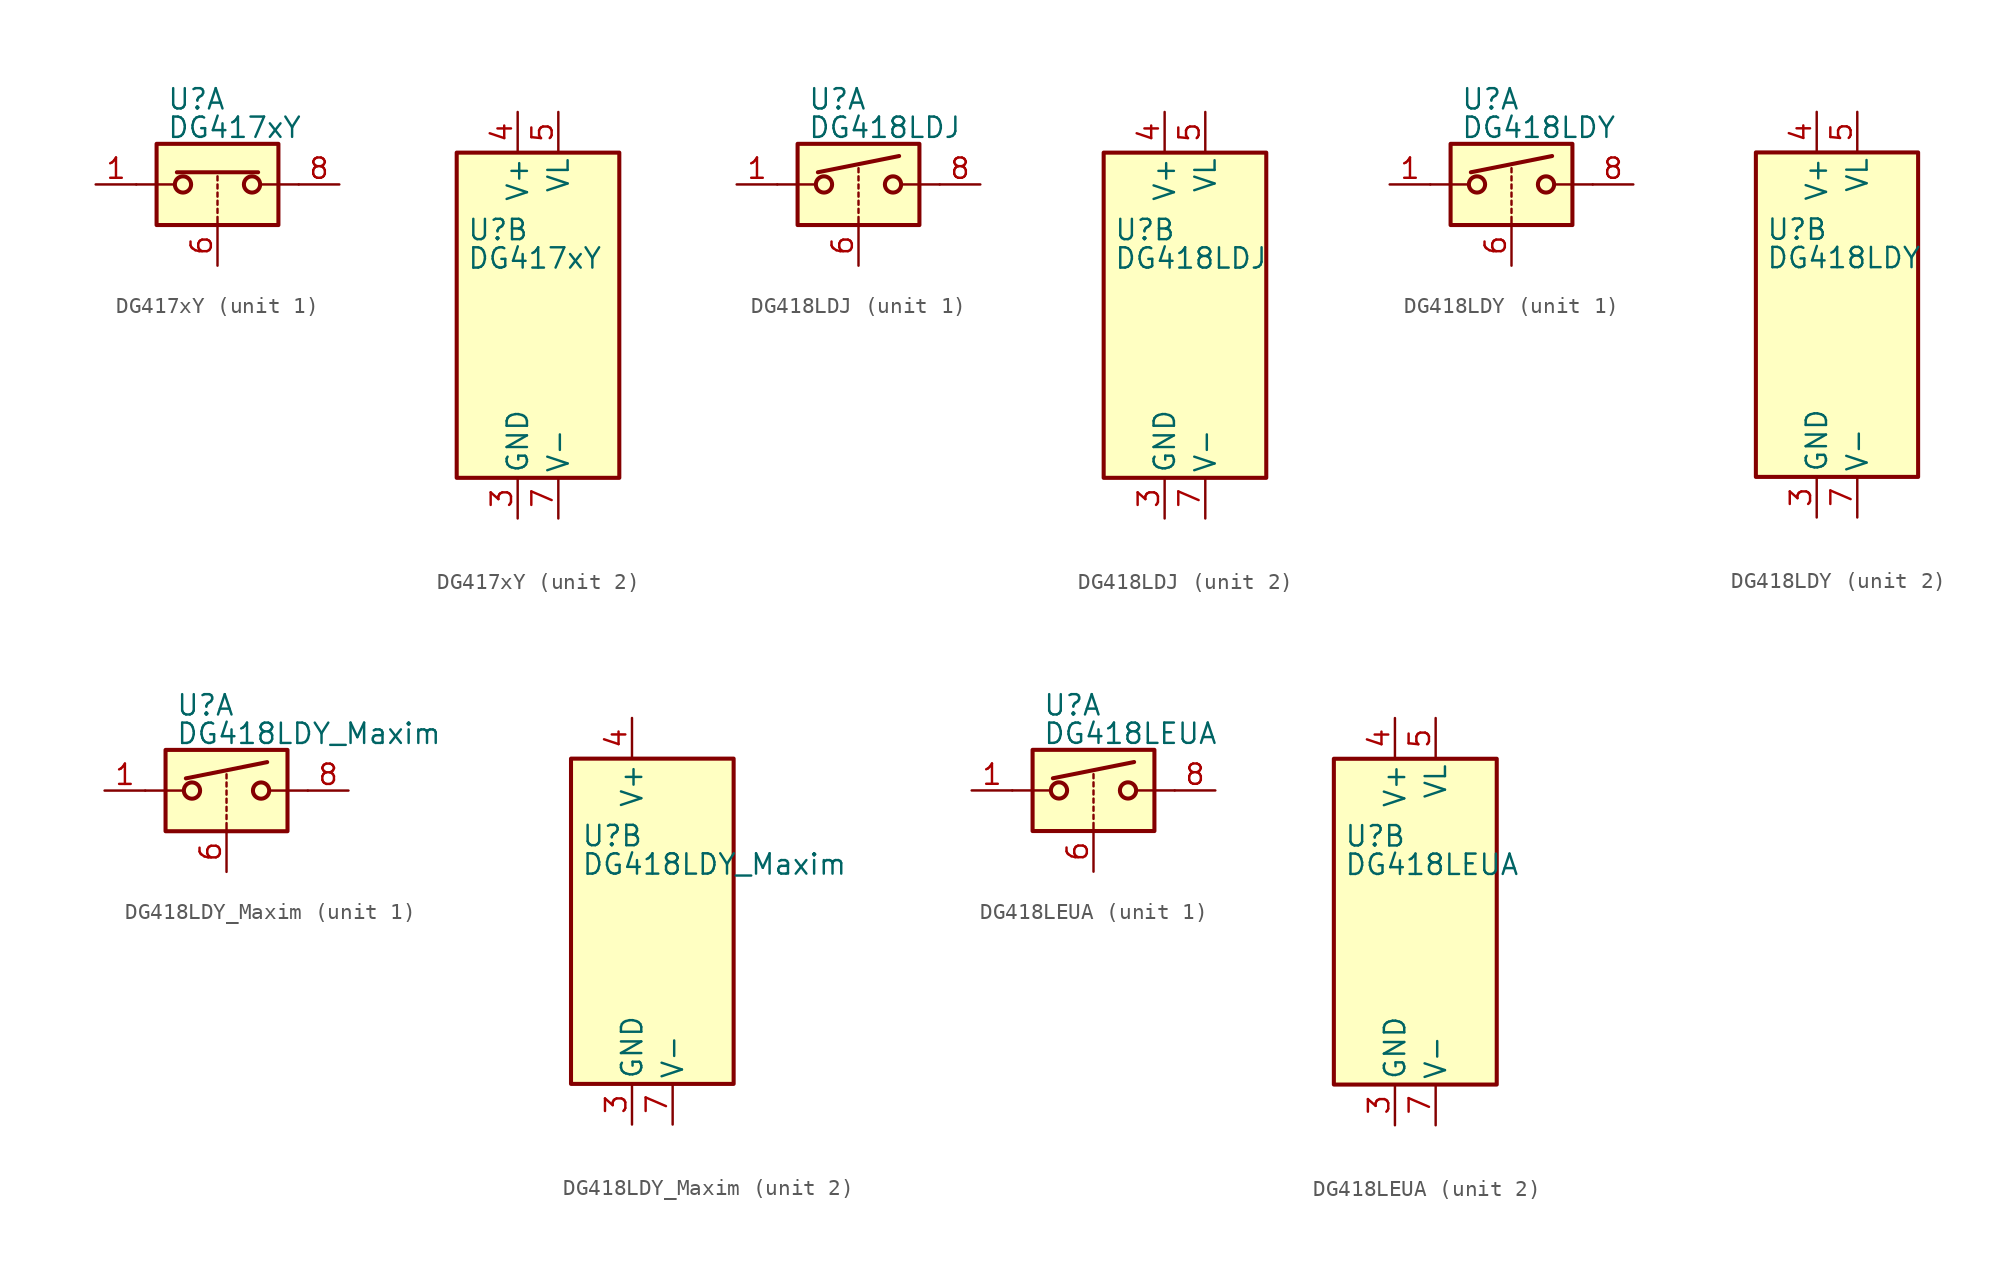
<source format=kicad_sym>
(kicad_symbol_lib
  (version 20211014)
  (generator kicad_symbol_editor)
  (symbol "DG417xY"
    (pin_names
      (offset 0.254))
    (property "Reference" "U"
      (at -3.175 5.334 0)
      (effects (font (size 1.27 1.27)) (justify left)))
    (property "Value" "DG417xY"
      (at -3.175 3.556 0)
      (effects (font (size 1.27 1.27)) (justify left)))
    (symbol "DG417xY_1_1"
      (rectangle (start -3.81 2.54) (end 3.81 -2.54) (stroke (width 0.254) (type default) (color 0 0 0 0)) (fill (type background)))
      (circle (center -2.159 0) (radius 0.508) (stroke (width 0.254) (type default) (color 0 0 0 0)) (fill (type none)))
      (polyline (pts (xy -5.08 0) (xy -2.794 0)) (stroke (width 0) (type default) (color 0 0 0 0)) (fill (type none)))
      (polyline (pts (xy -2.54 0.762) (xy 2.54 0.762)) (stroke (width 0.254) (type default) (color 0 0 0 0)) (fill (type none)))
      (polyline (pts (xy 0 -2.54) (xy 0 -2.032)) (stroke (width 0) (type default) (color 0 0 0 0)) (fill (type none)))
      (polyline (pts (xy 0 -1.778) (xy 0 -1.524)) (stroke (width 0) (type default) (color 0 0 0 0)) (fill (type none)))
      (polyline (pts (xy 0 -1.27) (xy 0 -1.016)) (stroke (width 0) (type default) (color 0 0 0 0)) (fill (type none)))
      (polyline (pts (xy 0 -0.762) (xy 0 -0.508)) (stroke (width 0) (type default) (color 0 0 0 0)) (fill (type none)))
      (polyline (pts (xy 0 -0.254) (xy 0 0)) (stroke (width 0) (type default) (color 0 0 0 0)) (fill (type none)))
      (polyline (pts (xy 0 0.254) (xy 0 0.508)) (stroke (width 0) (type default) (color 0 0 0 0)) (fill (type none)))
      (polyline (pts (xy 5.08 0) (xy 2.794 0)) (stroke (width 0) (type default) (color 0 0 0 0)) (fill (type none)))
      (circle (center 2.159 0) (radius 0.508) (stroke (width 0.254) (type default) (color 0 0 0 0)) (fill (type none)))
      (pin passive line (at -7.62 0 0) (length 2.54) (name "~" (effects (font (size 1.27 1.27)))) (number "1" (effects (font (size 1.27 1.27)))))
      (pin input line (at 0 -5.08 90) (length 2.54) (name "~" (effects (font (size 1.27 1.27)))) (number "6" (effects (font (size 1.27 1.27)))))
      (pin passive line (at 7.62 0 180) (length 2.54) (name "~" (effects (font (size 1.27 1.27)))) (number "8" (effects (font (size 1.27 1.27))))))
    (symbol "DG417xY_2_0"
      (pin no_connect line (at -2.54 10.16 270) (length 2.54) hide (name "NC" (effects (font (size 1.27 1.27)))) (number "2" (effects (font (size 1.27 1.27)))))
      (pin power_in line (at 0 -12.7 90) (length 2.54) (name "GND" (effects (font (size 1.27 1.27)))) (number "3" (effects (font (size 1.27 1.27)))))
      (pin power_in line (at 0 12.7 270) (length 2.54) (name "V+" (effects (font (size 1.27 1.27)))) (number "4" (effects (font (size 1.27 1.27)))))
      (pin power_in line (at 2.54 12.7 270) (length 2.54) (name "VL" (effects (font (size 1.27 1.27)))) (number "5" (effects (font (size 1.27 1.27)))))
      (pin power_in line (at 2.54 -12.7 90) (length 2.54) (name "V-" (effects (font (size 1.27 1.27)))) (number "7" (effects (font (size 1.27 1.27))))))
    (symbol "DG417xY_2_1"
      (rectangle (start -3.81 10.16) (end 6.35 -10.16) (stroke (width 0.254) (type default) (color 0 0 0 0)) (fill (type background)))))
  (symbol "DG418LDJ"
    (pin_names
      (offset 0.254))
    (property "Reference" "U"
      (at -3.175 5.334 0)
      (effects (font (size 1.27 1.27)) (justify left)))
    (property "Value" "DG418LDJ"
      (at -3.175 3.556 0)
      (effects (font (size 1.27 1.27)) (justify left)))
    (symbol "DG418LDJ_1_1"
      (rectangle (start -3.81 2.54) (end 3.81 -2.54) (stroke (width 0.254) (type default) (color 0 0 0 0)) (fill (type background)))
      (circle (center -2.159 0) (radius 0.508) (stroke (width 0.254) (type default) (color 0 0 0 0)) (fill (type none)))
      (polyline (pts (xy -5.08 0) (xy -2.794 0)) (stroke (width 0) (type default) (color 0 0 0 0)) (fill (type none)))
      (polyline (pts (xy -2.54 0.762) (xy 2.54 1.778)) (stroke (width 0.254) (type default) (color 0 0 0 0)) (fill (type none)))
      (polyline (pts (xy 0 -2.54) (xy 0 -2.032)) (stroke (width 0) (type default) (color 0 0 0 0)) (fill (type none)))
      (polyline (pts (xy 0 -1.778) (xy 0 -1.524)) (stroke (width 0) (type default) (color 0 0 0 0)) (fill (type none)))
      (polyline (pts (xy 0 -1.27) (xy 0 -1.016)) (stroke (width 0) (type default) (color 0 0 0 0)) (fill (type none)))
      (polyline (pts (xy 0 -0.762) (xy 0 -0.508)) (stroke (width 0) (type default) (color 0 0 0 0)) (fill (type none)))
      (polyline (pts (xy 0 -0.254) (xy 0 0)) (stroke (width 0) (type default) (color 0 0 0 0)) (fill (type none)))
      (polyline (pts (xy 0 0.254) (xy 0 0.508)) (stroke (width 0) (type default) (color 0 0 0 0)) (fill (type none)))
      (polyline (pts (xy 0 0.762) (xy 0 1.016)) (stroke (width 0) (type default) (color 0 0 0 0)) (fill (type none)))
      (polyline (pts (xy 5.08 0) (xy 2.794 0)) (stroke (width 0) (type default) (color 0 0 0 0)) (fill (type none)))
      (circle (center 2.159 0) (radius 0.508) (stroke (width 0.254) (type default) (color 0 0 0 0)) (fill (type none)))
      (pin passive line (at -7.62 0 0) (length 2.54) (name "~" (effects (font (size 1.27 1.27)))) (number "1" (effects (font (size 1.27 1.27)))))
      (pin input line (at 0 -5.08 90) (length 2.54) (name "~" (effects (font (size 1.27 1.27)))) (number "6" (effects (font (size 1.27 1.27)))))
      (pin passive line (at 7.62 0 180) (length 2.54) (name "~" (effects (font (size 1.27 1.27)))) (number "8" (effects (font (size 1.27 1.27))))))
    (symbol "DG418LDJ_2_0"
      (pin no_connect line (at -2.54 10.16 270) (length 2.54) hide (name "NC" (effects (font (size 1.27 1.27)))) (number "2" (effects (font (size 1.27 1.27)))))
      (pin power_in line (at 0 -12.7 90) (length 2.54) (name "GND" (effects (font (size 1.27 1.27)))) (number "3" (effects (font (size 1.27 1.27)))))
      (pin power_in line (at 0 12.7 270) (length 2.54) (name "V+" (effects (font (size 1.27 1.27)))) (number "4" (effects (font (size 1.27 1.27)))))
      (pin power_in line (at 2.54 12.7 270) (length 2.54) (name "VL" (effects (font (size 1.27 1.27)))) (number "5" (effects (font (size 1.27 1.27)))))
      (pin power_in line (at 2.54 -12.7 90) (length 2.54) (name "V-" (effects (font (size 1.27 1.27)))) (number "7" (effects (font (size 1.27 1.27))))))
    (symbol "DG418LDJ_2_1"
      (rectangle (start -3.81 10.16) (end 6.35 -10.16) (stroke (width 0.254) (type default) (color 0 0 0 0)) (fill (type background)))))
  (symbol "DG418LDY"
    (pin_names
      (offset 0.254))
    (property "Reference" "U"
      (at -3.175 5.334 0)
      (effects (font (size 1.27 1.27)) (justify left)))
    (property "Value" "DG418LDY"
      (at -3.175 3.556 0)
      (effects (font (size 1.27 1.27)) (justify left)))
    (symbol "DG418LDY_1_1"
      (rectangle (start -3.81 2.54) (end 3.81 -2.54) (stroke (width 0.254) (type default) (color 0 0 0 0)) (fill (type background)))
      (circle (center -2.159 0) (radius 0.508) (stroke (width 0.254) (type default) (color 0 0 0 0)) (fill (type none)))
      (polyline (pts (xy -5.08 0) (xy -2.794 0)) (stroke (width 0) (type default) (color 0 0 0 0)) (fill (type none)))
      (polyline (pts (xy -2.54 0.762) (xy 2.54 1.778)) (stroke (width 0.254) (type default) (color 0 0 0 0)) (fill (type none)))
      (polyline (pts (xy 0 -2.54) (xy 0 -2.032)) (stroke (width 0) (type default) (color 0 0 0 0)) (fill (type none)))
      (polyline (pts (xy 0 -1.778) (xy 0 -1.524)) (stroke (width 0) (type default) (color 0 0 0 0)) (fill (type none)))
      (polyline (pts (xy 0 -1.27) (xy 0 -1.016)) (stroke (width 0) (type default) (color 0 0 0 0)) (fill (type none)))
      (polyline (pts (xy 0 -0.762) (xy 0 -0.508)) (stroke (width 0) (type default) (color 0 0 0 0)) (fill (type none)))
      (polyline (pts (xy 0 -0.254) (xy 0 0)) (stroke (width 0) (type default) (color 0 0 0 0)) (fill (type none)))
      (polyline (pts (xy 0 0.254) (xy 0 0.508)) (stroke (width 0) (type default) (color 0 0 0 0)) (fill (type none)))
      (polyline (pts (xy 0 0.762) (xy 0 1.016)) (stroke (width 0) (type default) (color 0 0 0 0)) (fill (type none)))
      (polyline (pts (xy 5.08 0) (xy 2.794 0)) (stroke (width 0) (type default) (color 0 0 0 0)) (fill (type none)))
      (circle (center 2.159 0) (radius 0.508) (stroke (width 0.254) (type default) (color 0 0 0 0)) (fill (type none)))
      (pin passive line (at -7.62 0 0) (length 2.54) (name "~" (effects (font (size 1.27 1.27)))) (number "1" (effects (font (size 1.27 1.27)))))
      (pin input line (at 0 -5.08 90) (length 2.54) (name "~" (effects (font (size 1.27 1.27)))) (number "6" (effects (font (size 1.27 1.27)))))
      (pin passive line (at 7.62 0 180) (length 2.54) (name "~" (effects (font (size 1.27 1.27)))) (number "8" (effects (font (size 1.27 1.27))))))
    (symbol "DG418LDY_2_0"
      (pin no_connect line (at -2.54 10.16 270) (length 2.54) hide (name "NC" (effects (font (size 1.27 1.27)))) (number "2" (effects (font (size 1.27 1.27)))))
      (pin power_in line (at 0 -12.7 90) (length 2.54) (name "GND" (effects (font (size 1.27 1.27)))) (number "3" (effects (font (size 1.27 1.27)))))
      (pin power_in line (at 0 12.7 270) (length 2.54) (name "V+" (effects (font (size 1.27 1.27)))) (number "4" (effects (font (size 1.27 1.27)))))
      (pin power_in line (at 2.54 12.7 270) (length 2.54) (name "VL" (effects (font (size 1.27 1.27)))) (number "5" (effects (font (size 1.27 1.27)))))
      (pin power_in line (at 2.54 -12.7 90) (length 2.54) (name "V-" (effects (font (size 1.27 1.27)))) (number "7" (effects (font (size 1.27 1.27))))))
    (symbol "DG418LDY_2_1"
      (rectangle (start -3.81 10.16) (end 6.35 -10.16) (stroke (width 0.254) (type default) (color 0 0 0 0)) (fill (type background)))))
  (symbol "DG418LDY_Maxim"
    (pin_names
      (offset 0.254))
    (property "Reference" "U"
      (at -3.175 5.334 0)
      (effects (font (size 1.27 1.27)) (justify left)))
    (property "Value" "DG418LDY_Maxim"
      (at -3.175 3.556 0)
      (effects (font (size 1.27 1.27)) (justify left)))
    (symbol "DG418LDY_Maxim_1_1"
      (rectangle (start -3.81 2.54) (end 3.81 -2.54) (stroke (width 0.254) (type default) (color 0 0 0 0)) (fill (type background)))
      (circle (center -2.159 0) (radius 0.508) (stroke (width 0.254) (type default) (color 0 0 0 0)) (fill (type none)))
      (polyline (pts (xy -5.08 0) (xy -2.794 0)) (stroke (width 0) (type default) (color 0 0 0 0)) (fill (type none)))
      (polyline (pts (xy -2.54 0.762) (xy 2.54 1.778)) (stroke (width 0.254) (type default) (color 0 0 0 0)) (fill (type none)))
      (polyline (pts (xy 0 -2.54) (xy 0 -2.032)) (stroke (width 0) (type default) (color 0 0 0 0)) (fill (type none)))
      (polyline (pts (xy 0 -1.778) (xy 0 -1.524)) (stroke (width 0) (type default) (color 0 0 0 0)) (fill (type none)))
      (polyline (pts (xy 0 -1.27) (xy 0 -1.016)) (stroke (width 0) (type default) (color 0 0 0 0)) (fill (type none)))
      (polyline (pts (xy 0 -0.762) (xy 0 -0.508)) (stroke (width 0) (type default) (color 0 0 0 0)) (fill (type none)))
      (polyline (pts (xy 0 -0.254) (xy 0 0)) (stroke (width 0) (type default) (color 0 0 0 0)) (fill (type none)))
      (polyline (pts (xy 0 0.254) (xy 0 0.508)) (stroke (width 0) (type default) (color 0 0 0 0)) (fill (type none)))
      (polyline (pts (xy 0 0.762) (xy 0 1.016)) (stroke (width 0) (type default) (color 0 0 0 0)) (fill (type none)))
      (polyline (pts (xy 5.08 0) (xy 2.794 0)) (stroke (width 0) (type default) (color 0 0 0 0)) (fill (type none)))
      (circle (center 2.159 0) (radius 0.508) (stroke (width 0.254) (type default) (color 0 0 0 0)) (fill (type none)))
      (pin passive line (at -7.62 0 0) (length 2.54) (name "~" (effects (font (size 1.27 1.27)))) (number "1" (effects (font (size 1.27 1.27)))))
      (pin input line (at 0 -5.08 90) (length 2.54) (name "~" (effects (font (size 1.27 1.27)))) (number "6" (effects (font (size 1.27 1.27)))))
      (pin passive line (at 7.62 0 180) (length 2.54) (name "~" (effects (font (size 1.27 1.27)))) (number "8" (effects (font (size 1.27 1.27))))))
    (symbol "DG418LDY_Maxim_2_0"
      (pin no_connect line (at -2.54 10.16 270) (length 2.54) hide (name "NC" (effects (font (size 1.27 1.27)))) (number "2" (effects (font (size 1.27 1.27)))))
      (pin power_in line (at 0 -12.7 90) (length 2.54) (name "GND" (effects (font (size 1.27 1.27)))) (number "3" (effects (font (size 1.27 1.27)))))
      (pin power_in line (at 0 12.7 270) (length 2.54) (name "V+" (effects (font (size 1.27 1.27)))) (number "4" (effects (font (size 1.27 1.27)))))
      (pin no_connect line (at 2.54 10.16 270) (length 2.54) hide (name "NC" (effects (font (size 1.27 1.27)))) (number "5" (effects (font (size 1.27 1.27)))))
      (pin power_in line (at 2.54 -12.7 90) (length 2.54) (name "V-" (effects (font (size 1.27 1.27)))) (number "7" (effects (font (size 1.27 1.27))))))
    (symbol "DG418LDY_Maxim_2_1"
      (rectangle (start -3.81 10.16) (end 6.35 -10.16) (stroke (width 0.254) (type default) (color 0 0 0 0)) (fill (type background)))))
  (symbol "DG418LEUA"
    (pin_names
      (offset 0.254))
    (property "Reference" "U"
      (at -3.175 5.334 0)
      (effects (font (size 1.27 1.27)) (justify left)))
    (property "Value" "DG418LEUA"
      (at -3.175 3.556 0)
      (effects (font (size 1.27 1.27)) (justify left)))
    (symbol "DG418LEUA_1_1"
      (rectangle (start -3.81 2.54) (end 3.81 -2.54) (stroke (width 0.254) (type default) (color 0 0 0 0)) (fill (type background)))
      (circle (center -2.159 0) (radius 0.508) (stroke (width 0.254) (type default) (color 0 0 0 0)) (fill (type none)))
      (polyline (pts (xy -5.08 0) (xy -2.794 0)) (stroke (width 0) (type default) (color 0 0 0 0)) (fill (type none)))
      (polyline (pts (xy -2.54 0.762) (xy 2.54 1.778)) (stroke (width 0.254) (type default) (color 0 0 0 0)) (fill (type none)))
      (polyline (pts (xy 0 -2.54) (xy 0 -2.032)) (stroke (width 0) (type default) (color 0 0 0 0)) (fill (type none)))
      (polyline (pts (xy 0 -1.778) (xy 0 -1.524)) (stroke (width 0) (type default) (color 0 0 0 0)) (fill (type none)))
      (polyline (pts (xy 0 -1.27) (xy 0 -1.016)) (stroke (width 0) (type default) (color 0 0 0 0)) (fill (type none)))
      (polyline (pts (xy 0 -0.762) (xy 0 -0.508)) (stroke (width 0) (type default) (color 0 0 0 0)) (fill (type none)))
      (polyline (pts (xy 0 -0.254) (xy 0 0)) (stroke (width 0) (type default) (color 0 0 0 0)) (fill (type none)))
      (polyline (pts (xy 0 0.254) (xy 0 0.508)) (stroke (width 0) (type default) (color 0 0 0 0)) (fill (type none)))
      (polyline (pts (xy 0 0.762) (xy 0 1.016)) (stroke (width 0) (type default) (color 0 0 0 0)) (fill (type none)))
      (polyline (pts (xy 5.08 0) (xy 2.794 0)) (stroke (width 0) (type default) (color 0 0 0 0)) (fill (type none)))
      (circle (center 2.159 0) (radius 0.508) (stroke (width 0.254) (type default) (color 0 0 0 0)) (fill (type none)))
      (pin passive line (at -7.62 0 0) (length 2.54) (name "~" (effects (font (size 1.27 1.27)))) (number "1" (effects (font (size 1.27 1.27)))))
      (pin input line (at 0 -5.08 90) (length 2.54) (name "~" (effects (font (size 1.27 1.27)))) (number "6" (effects (font (size 1.27 1.27)))))
      (pin passive line (at 7.62 0 180) (length 2.54) (name "~" (effects (font (size 1.27 1.27)))) (number "8" (effects (font (size 1.27 1.27))))))
    (symbol "DG418LEUA_2_0"
      (pin no_connect line (at -2.54 10.16 270) (length 2.54) hide (name "NC" (effects (font (size 1.27 1.27)))) (number "2" (effects (font (size 1.27 1.27)))))
      (pin power_in line (at 0 -12.7 90) (length 2.54) (name "GND" (effects (font (size 1.27 1.27)))) (number "3" (effects (font (size 1.27 1.27)))))
      (pin power_in line (at 0 12.7 270) (length 2.54) (name "V+" (effects (font (size 1.27 1.27)))) (number "4" (effects (font (size 1.27 1.27)))))
      (pin power_in line (at 2.54 12.7 270) (length 2.54) (name "VL" (effects (font (size 1.27 1.27)))) (number "5" (effects (font (size 1.27 1.27)))))
      (pin power_in line (at 2.54 -12.7 90) (length 2.54) (name "V-" (effects (font (size 1.27 1.27)))) (number "7" (effects (font (size 1.27 1.27))))))
    (symbol "DG418LEUA_2_1"
      (rectangle (start -3.81 10.16) (end 6.35 -10.16) (stroke (width 0.254) (type default) (color 0 0 0 0)) (fill (type background))))))
</source>
